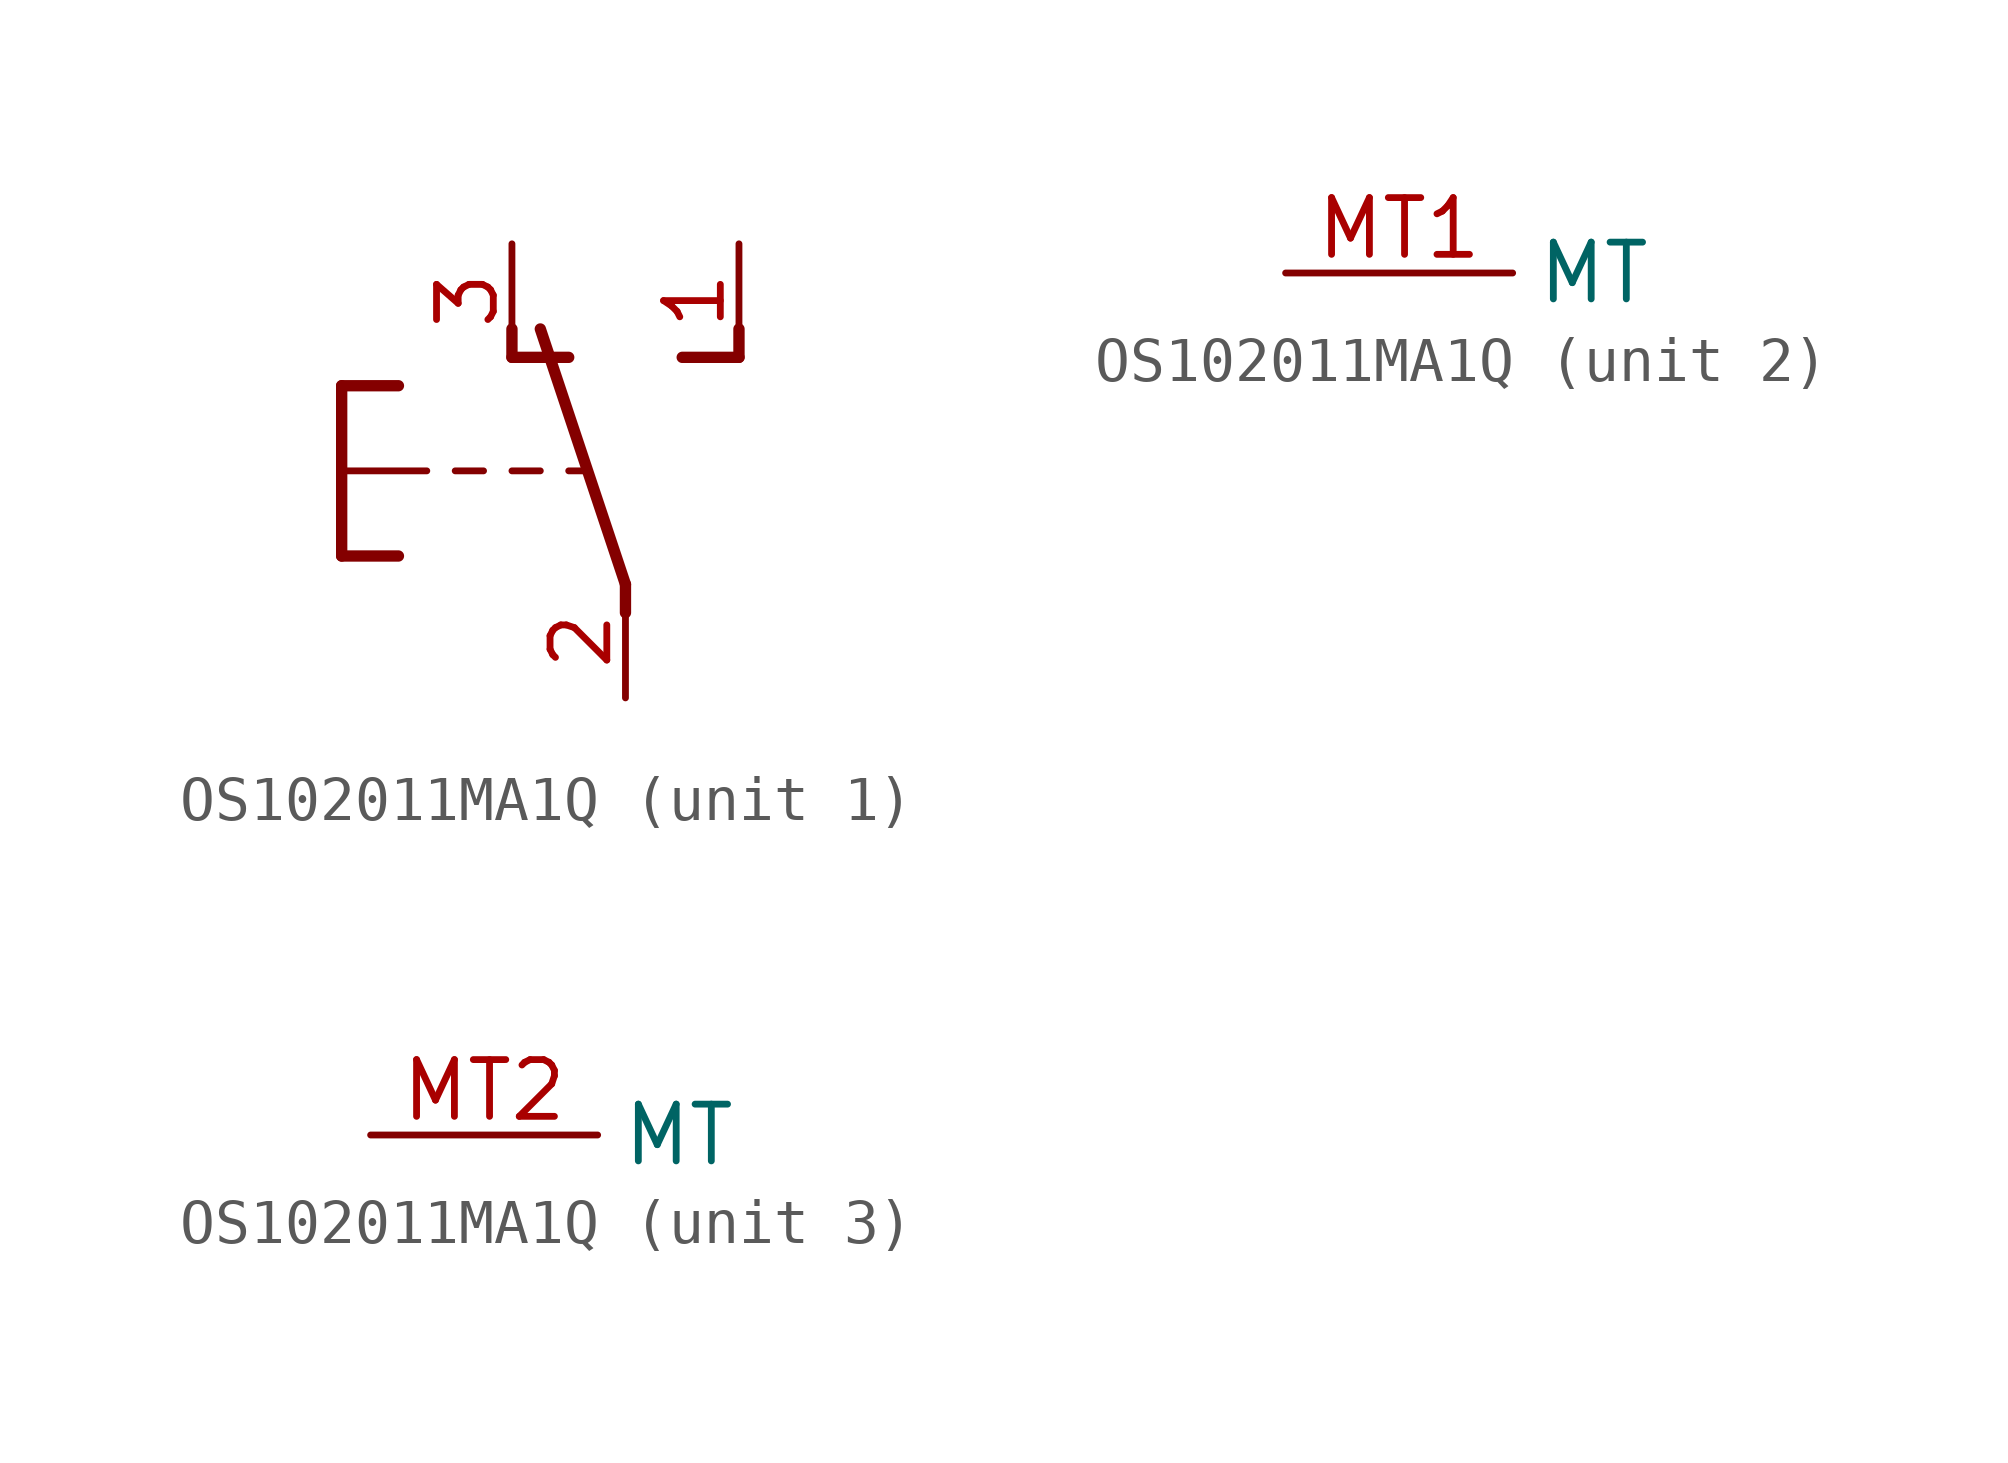
<source format=kicad_sym>
(kicad_symbol_lib
  (version 20211014)
  (generator kicad_symbol_editor)
  (symbol "OS102011MA1Q"
    (property "Reference" "SW"
      (at -8.255 -1.905 90)
      (effects (font (size 1.778 1.511)) (justify left bottom) hide))
    (property "ki_locked" ""
      (at 0 0 0)
      (effects (font (size 1.27 1.27))))
    (symbol "OS102011MA1Q_1_0"
      (polyline (pts (xy -6.35 -1.905) (xy -5.08 -1.905)) (stroke (width 0.254) (type default) (color 0 0 0 0)) (fill (type none)))
      (polyline (pts (xy -6.35 0) (xy -6.35 -1.905)) (stroke (width 0.254) (type default) (color 0 0 0 0)) (fill (type none)))
      (polyline (pts (xy -6.35 0) (xy -4.445 0)) (stroke (width 0.152) (type default) (color 0 0 0 0)) (fill (type none)))
      (polyline (pts (xy -6.35 1.905) (xy -6.35 0)) (stroke (width 0.254) (type default) (color 0 0 0 0)) (fill (type none)))
      (polyline (pts (xy -6.35 1.905) (xy -5.08 1.905)) (stroke (width 0.254) (type default) (color 0 0 0 0)) (fill (type none)))
      (polyline (pts (xy -3.175 0) (xy -3.81 0)) (stroke (width 0.152) (type default) (color 0 0 0 0)) (fill (type none)))
      (polyline (pts (xy -2.54 2.54) (xy -2.54 3.175)) (stroke (width 0.254) (type default) (color 0 0 0 0)) (fill (type none)))
      (polyline (pts (xy -2.54 2.54) (xy -1.27 2.54)) (stroke (width 0.254) (type default) (color 0 0 0 0)) (fill (type none)))
      (polyline (pts (xy -1.905 0) (xy -2.54 0)) (stroke (width 0.152) (type default) (color 0 0 0 0)) (fill (type none)))
      (polyline (pts (xy -0.889 0) (xy -1.27 0)) (stroke (width 0.152) (type default) (color 0 0 0 0)) (fill (type none)))
      (polyline (pts (xy 0 -3.175) (xy 0 -2.54)) (stroke (width 0.254) (type default) (color 0 0 0 0)) (fill (type none)))
      (polyline (pts (xy 0 -2.54) (xy -1.905 3.175)) (stroke (width 0.254) (type default) (color 0 0 0 0)) (fill (type none)))
      (polyline (pts (xy 1.27 2.54) (xy 2.54 2.54)) (stroke (width 0.254) (type default) (color 0 0 0 0)) (fill (type none)))
      (polyline (pts (xy 2.54 2.54) (xy 2.54 3.175)) (stroke (width 0.254) (type default) (color 0 0 0 0)) (fill (type none)))
      (pin passive line (at 2.54 5.08 270) (length 2.54) (name "S" (effects (font (size 0 0)))) (number "1" (effects (font (size 1.27 1.27)))))
      (pin passive line (at 0 -5.08 90) (length 2.54) (name "P" (effects (font (size 0 0)))) (number "2" (effects (font (size 1.27 1.27)))))
      (pin passive line (at -2.54 5.08 270) (length 2.54) (name "O" (effects (font (size 0 0)))) (number "3" (effects (font (size 1.27 1.27))))))
    (symbol "OS102011MA1Q_2_0"
      (pin passive line (at 0 0 0) (length 5.08) (name "MT" (effects (font (size 1.27 1.27)))) (number "MT1" (effects (font (size 1.27 1.27))))))
    (symbol "OS102011MA1Q_3_0"
      (pin passive line (at 0 0 0) (length 5.08) (name "MT" (effects (font (size 1.27 1.27)))) (number "MT2" (effects (font (size 1.27 1.27))))))))
</source>
